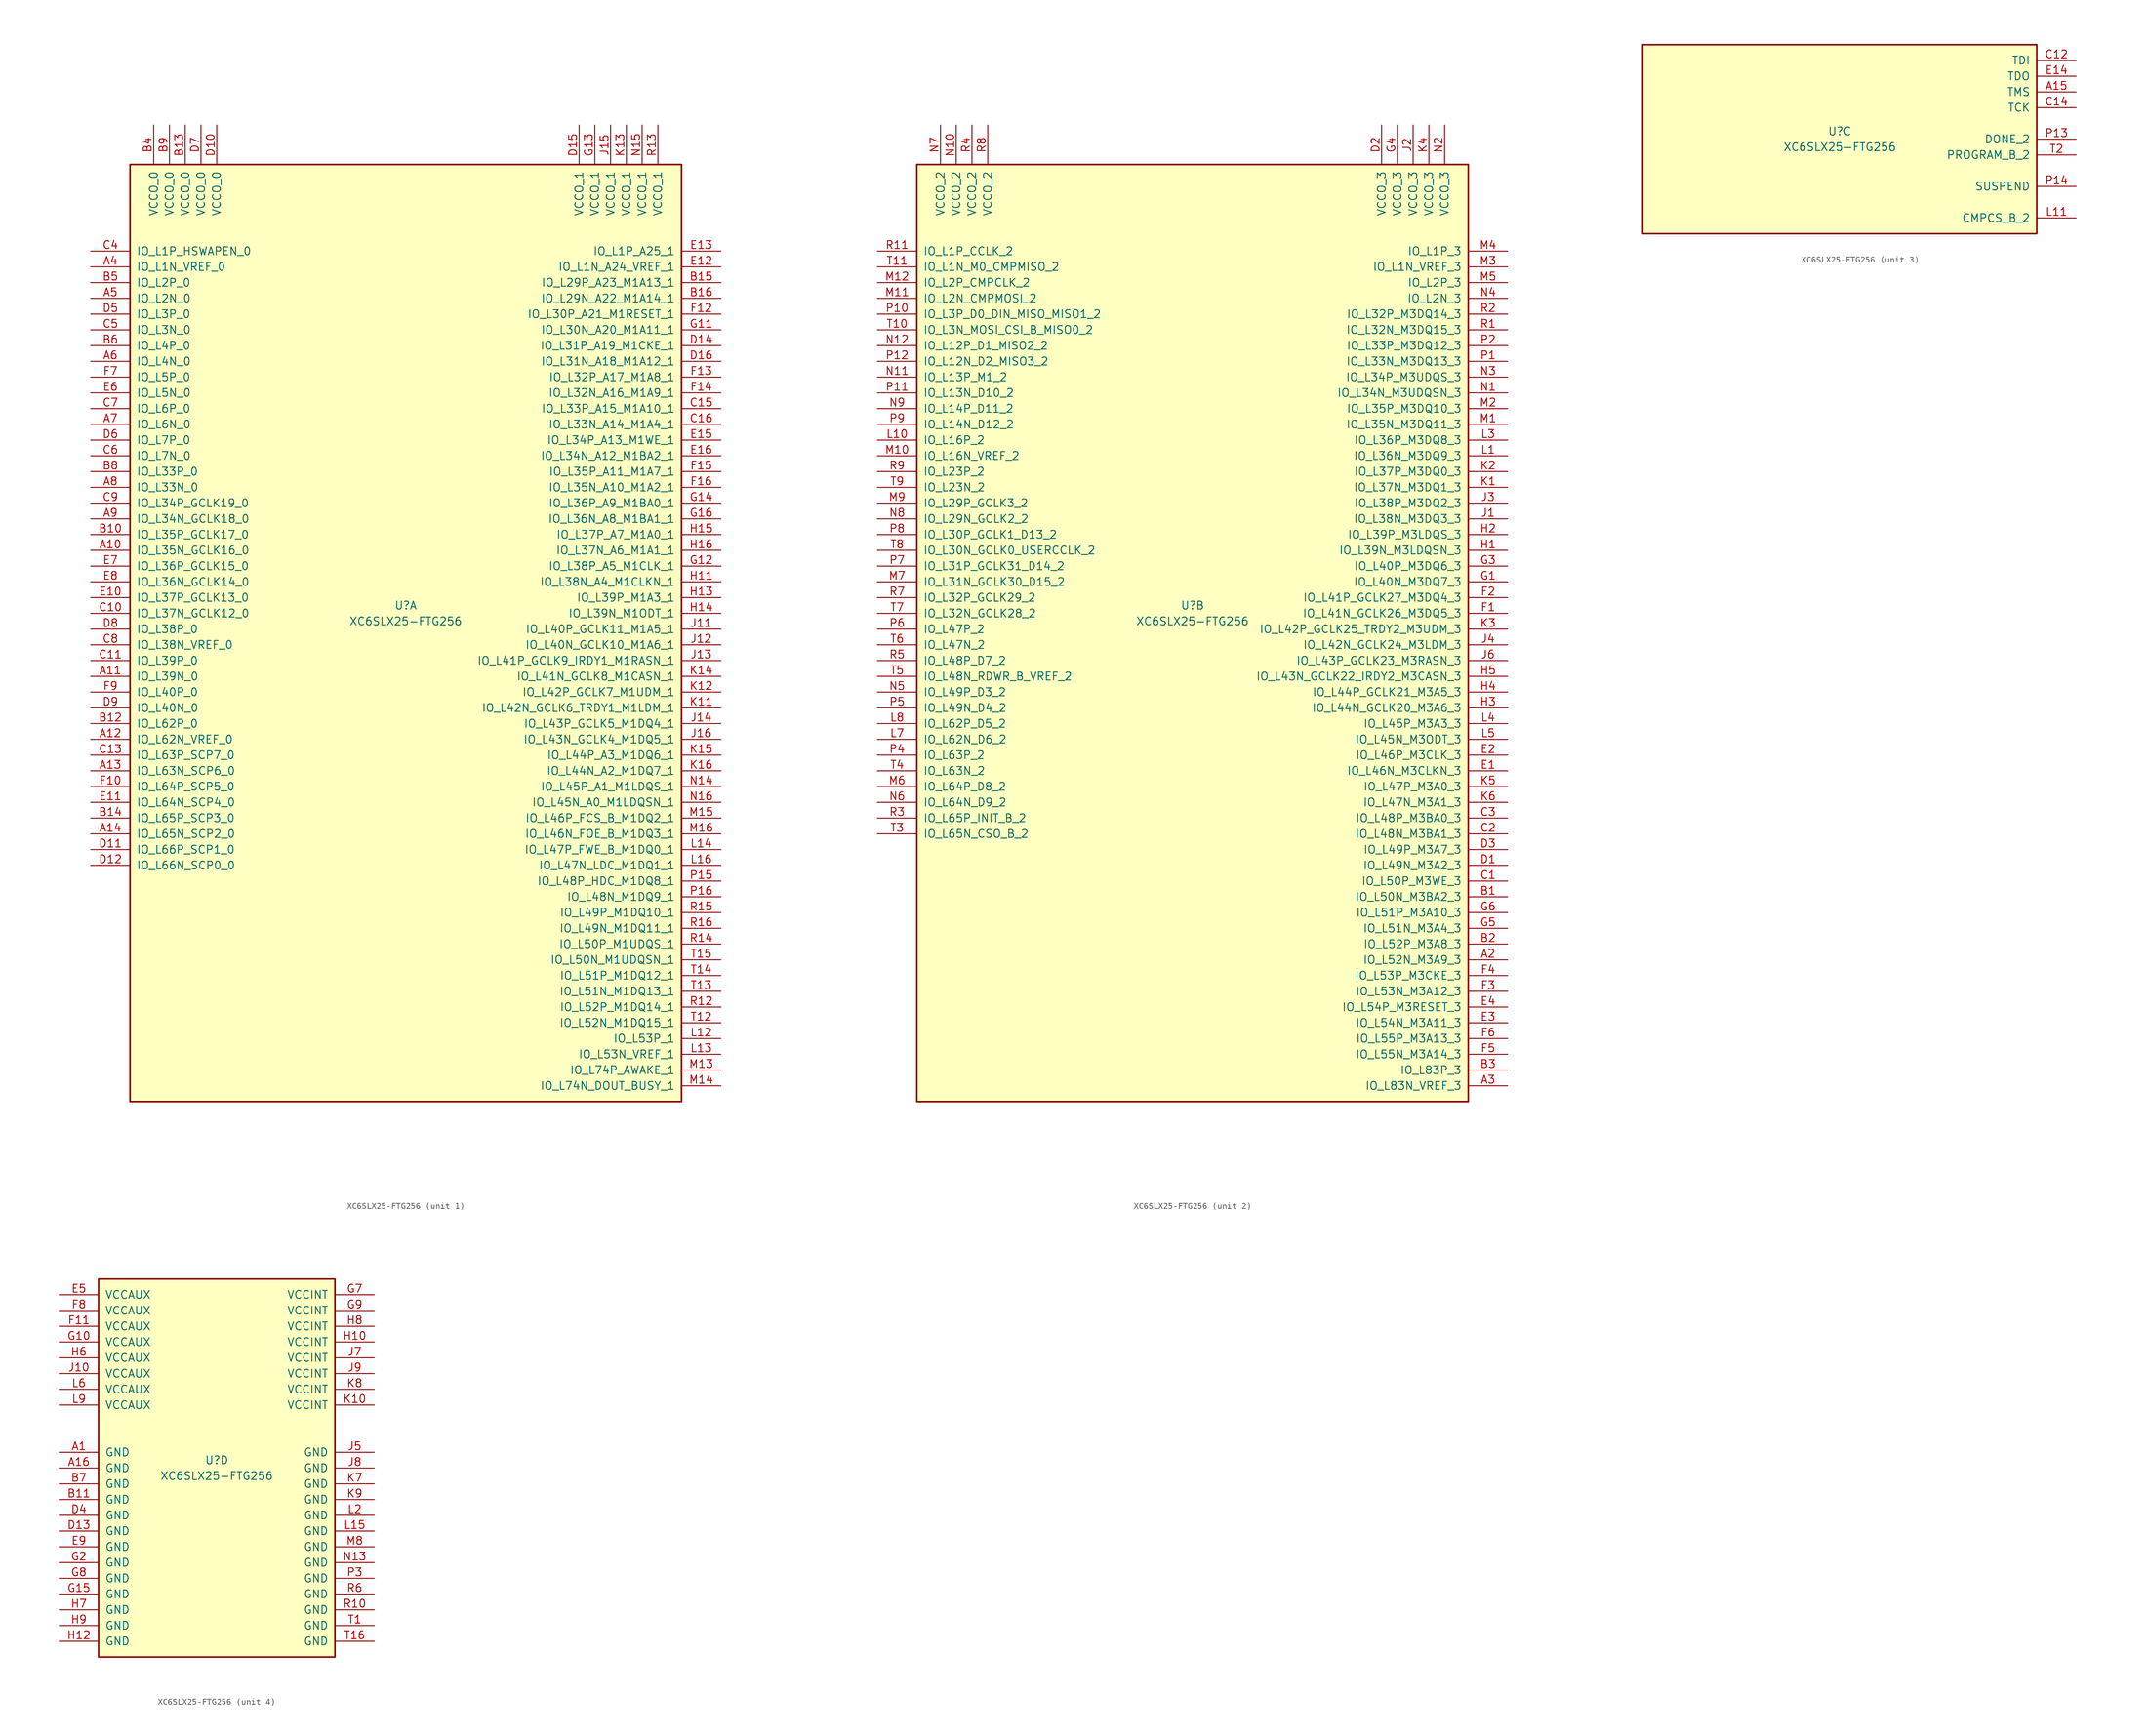
<source format=kicad_sym>
(kicad_symbol_lib
  (version 20201005)
  (generator kicad_symbol_editor)
  (symbol "FPGA_Xilinx_Spartan6:XC6SLX25-FTG256"
    (pin_names
      (offset 1.016))
    (property "Reference" "U"
      (at 0 1.27 0)
      (effects (font (size 1.27 1.27))))
    (property "Value" "XC6SLX25-FTG256"
      (at 0 -1.27 0)
      (effects (font (size 1.27 1.27))))
    (property "Datasheet" ""
      (at 0 0 0)
      (effects (font (size 1.27 1.27))))
    (property "ki_locked" ""
      (at 0 0 0)
      (effects (font (size 1.27 1.27))))
    (symbol "XC6SLX25-FTG256_1_1"
      (rectangle (start -44.45 72.39) (end 44.45 -78.74) (stroke (width 0.254)) (fill (type background)))
      (pin power_in line (at -40.64 78.74 270) (length 6.35) (name "VCCO_0" (effects (font (size 1.27 1.27)))) (number "B4" (effects (font (size 1.27 1.27)))))
      (pin power_in line (at -38.1 78.74 270) (length 6.35) (name "VCCO_0" (effects (font (size 1.27 1.27)))) (number "B9" (effects (font (size 1.27 1.27)))))
      (pin power_in line (at -35.56 78.74 270) (length 6.35) (name "VCCO_0" (effects (font (size 1.27 1.27)))) (number "B13" (effects (font (size 1.27 1.27)))))
      (pin power_in line (at -33.02 78.74 270) (length 6.35) (name "VCCO_0" (effects (font (size 1.27 1.27)))) (number "D7" (effects (font (size 1.27 1.27)))))
      (pin power_in line (at -30.48 78.74 270) (length 6.35) (name "VCCO_0" (effects (font (size 1.27 1.27)))) (number "D10" (effects (font (size 1.27 1.27)))))
      (pin bidirectional line (at -50.8 58.42 0) (length 6.35) (name "IO_L1P_HSWAPEN_0" (effects (font (size 1.27 1.27)))) (number "C4" (effects (font (size 1.27 1.27)))))
      (pin bidirectional line (at -50.8 55.88 0) (length 6.35) (name "IO_L1N_VREF_0" (effects (font (size 1.27 1.27)))) (number "A4" (effects (font (size 1.27 1.27)))))
      (pin bidirectional line (at -50.8 53.34 0) (length 6.35) (name "IO_L2P_0" (effects (font (size 1.27 1.27)))) (number "B5" (effects (font (size 1.27 1.27)))))
      (pin bidirectional line (at -50.8 50.8 0) (length 6.35) (name "IO_L2N_0" (effects (font (size 1.27 1.27)))) (number "A5" (effects (font (size 1.27 1.27)))))
      (pin bidirectional line (at -50.8 48.26 0) (length 6.35) (name "IO_L3P_0" (effects (font (size 1.27 1.27)))) (number "D5" (effects (font (size 1.27 1.27)))))
      (pin bidirectional line (at -50.8 45.72 0) (length 6.35) (name "IO_L3N_0" (effects (font (size 1.27 1.27)))) (number "C5" (effects (font (size 1.27 1.27)))))
      (pin bidirectional line (at -50.8 43.18 0) (length 6.35) (name "IO_L4P_0" (effects (font (size 1.27 1.27)))) (number "B6" (effects (font (size 1.27 1.27)))))
      (pin bidirectional line (at -50.8 40.64 0) (length 6.35) (name "IO_L4N_0" (effects (font (size 1.27 1.27)))) (number "A6" (effects (font (size 1.27 1.27)))))
      (pin bidirectional line (at -50.8 38.1 0) (length 6.35) (name "IO_L5P_0" (effects (font (size 1.27 1.27)))) (number "F7" (effects (font (size 1.27 1.27)))))
      (pin bidirectional line (at -50.8 35.56 0) (length 6.35) (name "IO_L5N_0" (effects (font (size 1.27 1.27)))) (number "E6" (effects (font (size 1.27 1.27)))))
      (pin bidirectional line (at -50.8 33.02 0) (length 6.35) (name "IO_L6P_0" (effects (font (size 1.27 1.27)))) (number "C7" (effects (font (size 1.27 1.27)))))
      (pin bidirectional line (at -50.8 30.48 0) (length 6.35) (name "IO_L6N_0" (effects (font (size 1.27 1.27)))) (number "A7" (effects (font (size 1.27 1.27)))))
      (pin bidirectional line (at -50.8 27.94 0) (length 6.35) (name "IO_L7P_0" (effects (font (size 1.27 1.27)))) (number "D6" (effects (font (size 1.27 1.27)))))
      (pin bidirectional line (at -50.8 25.4 0) (length 6.35) (name "IO_L7N_0" (effects (font (size 1.27 1.27)))) (number "C6" (effects (font (size 1.27 1.27)))))
      (pin bidirectional line (at -50.8 22.86 0) (length 6.35) (name "IO_L33P_0" (effects (font (size 1.27 1.27)))) (number "B8" (effects (font (size 1.27 1.27)))))
      (pin bidirectional line (at -50.8 20.32 0) (length 6.35) (name "IO_L33N_0" (effects (font (size 1.27 1.27)))) (number "A8" (effects (font (size 1.27 1.27)))))
      (pin bidirectional line (at -50.8 17.78 0) (length 6.35) (name "IO_L34P_GCLK19_0" (effects (font (size 1.27 1.27)))) (number "C9" (effects (font (size 1.27 1.27)))))
      (pin bidirectional line (at -50.8 15.24 0) (length 6.35) (name "IO_L34N_GCLK18_0" (effects (font (size 1.27 1.27)))) (number "A9" (effects (font (size 1.27 1.27)))))
      (pin bidirectional line (at -50.8 12.7 0) (length 6.35) (name "IO_L35P_GCLK17_0" (effects (font (size 1.27 1.27)))) (number "B10" (effects (font (size 1.27 1.27)))))
      (pin bidirectional line (at -50.8 10.16 0) (length 6.35) (name "IO_L35N_GCLK16_0" (effects (font (size 1.27 1.27)))) (number "A10" (effects (font (size 1.27 1.27)))))
      (pin bidirectional line (at -50.8 7.62 0) (length 6.35) (name "IO_L36P_GCLK15_0" (effects (font (size 1.27 1.27)))) (number "E7" (effects (font (size 1.27 1.27)))))
      (pin bidirectional line (at -50.8 5.08 0) (length 6.35) (name "IO_L36N_GCLK14_0" (effects (font (size 1.27 1.27)))) (number "E8" (effects (font (size 1.27 1.27)))))
      (pin bidirectional line (at -50.8 2.54 0) (length 6.35) (name "IO_L37P_GCLK13_0" (effects (font (size 1.27 1.27)))) (number "E10" (effects (font (size 1.27 1.27)))))
      (pin bidirectional line (at -50.8 0 0) (length 6.35) (name "IO_L37N_GCLK12_0" (effects (font (size 1.27 1.27)))) (number "C10" (effects (font (size 1.27 1.27)))))
      (pin bidirectional line (at -50.8 -2.54 0) (length 6.35) (name "IO_L38P_0" (effects (font (size 1.27 1.27)))) (number "D8" (effects (font (size 1.27 1.27)))))
      (pin bidirectional line (at -50.8 -5.08 0) (length 6.35) (name "IO_L38N_VREF_0" (effects (font (size 1.27 1.27)))) (number "C8" (effects (font (size 1.27 1.27)))))
      (pin bidirectional line (at -50.8 -7.62 0) (length 6.35) (name "IO_L39P_0" (effects (font (size 1.27 1.27)))) (number "C11" (effects (font (size 1.27 1.27)))))
      (pin bidirectional line (at -50.8 -10.16 0) (length 6.35) (name "IO_L39N_0" (effects (font (size 1.27 1.27)))) (number "A11" (effects (font (size 1.27 1.27)))))
      (pin bidirectional line (at -50.8 -12.7 0) (length 6.35) (name "IO_L40P_0" (effects (font (size 1.27 1.27)))) (number "F9" (effects (font (size 1.27 1.27)))))
      (pin bidirectional line (at -50.8 -15.24 0) (length 6.35) (name "IO_L40N_0" (effects (font (size 1.27 1.27)))) (number "D9" (effects (font (size 1.27 1.27)))))
      (pin bidirectional line (at -50.8 -17.78 0) (length 6.35) (name "IO_L62P_0" (effects (font (size 1.27 1.27)))) (number "B12" (effects (font (size 1.27 1.27)))))
      (pin bidirectional line (at -50.8 -20.32 0) (length 6.35) (name "IO_L62N_VREF_0" (effects (font (size 1.27 1.27)))) (number "A12" (effects (font (size 1.27 1.27)))))
      (pin bidirectional line (at -50.8 -22.86 0) (length 6.35) (name "IO_L63P_SCP7_0" (effects (font (size 1.27 1.27)))) (number "C13" (effects (font (size 1.27 1.27)))))
      (pin bidirectional line (at -50.8 -25.4 0) (length 6.35) (name "IO_L63N_SCP6_0" (effects (font (size 1.27 1.27)))) (number "A13" (effects (font (size 1.27 1.27)))))
      (pin bidirectional line (at -50.8 -27.94 0) (length 6.35) (name "IO_L64P_SCP5_0" (effects (font (size 1.27 1.27)))) (number "F10" (effects (font (size 1.27 1.27)))))
      (pin bidirectional line (at -50.8 -30.48 0) (length 6.35) (name "IO_L64N_SCP4_0" (effects (font (size 1.27 1.27)))) (number "E11" (effects (font (size 1.27 1.27)))))
      (pin bidirectional line (at -50.8 -33.02 0) (length 6.35) (name "IO_L65P_SCP3_0" (effects (font (size 1.27 1.27)))) (number "B14" (effects (font (size 1.27 1.27)))))
      (pin bidirectional line (at -50.8 -35.56 0) (length 6.35) (name "IO_L65N_SCP2_0" (effects (font (size 1.27 1.27)))) (number "A14" (effects (font (size 1.27 1.27)))))
      (pin bidirectional line (at -50.8 -38.1 0) (length 6.35) (name "IO_L66P_SCP1_0" (effects (font (size 1.27 1.27)))) (number "D11" (effects (font (size 1.27 1.27)))))
      (pin bidirectional line (at -50.8 -40.64 0) (length 6.35) (name "IO_L66N_SCP0_0" (effects (font (size 1.27 1.27)))) (number "D12" (effects (font (size 1.27 1.27)))))
      (pin power_in line (at 27.94 78.74 270) (length 6.35) (name "VCCO_1" (effects (font (size 1.27 1.27)))) (number "D15" (effects (font (size 1.27 1.27)))))
      (pin power_in line (at 30.48 78.74 270) (length 6.35) (name "VCCO_1" (effects (font (size 1.27 1.27)))) (number "G13" (effects (font (size 1.27 1.27)))))
      (pin power_in line (at 33.02 78.74 270) (length 6.35) (name "VCCO_1" (effects (font (size 1.27 1.27)))) (number "J15" (effects (font (size 1.27 1.27)))))
      (pin power_in line (at 35.56 78.74 270) (length 6.35) (name "VCCO_1" (effects (font (size 1.27 1.27)))) (number "K13" (effects (font (size 1.27 1.27)))))
      (pin power_in line (at 38.1 78.74 270) (length 6.35) (name "VCCO_1" (effects (font (size 1.27 1.27)))) (number "N15" (effects (font (size 1.27 1.27)))))
      (pin power_in line (at 40.64 78.74 270) (length 6.35) (name "VCCO_1" (effects (font (size 1.27 1.27)))) (number "R13" (effects (font (size 1.27 1.27)))))
      (pin bidirectional line (at 50.8 58.42 180) (length 6.35) (name "IO_L1P_A25_1" (effects (font (size 1.27 1.27)))) (number "E13" (effects (font (size 1.27 1.27)))))
      (pin bidirectional line (at 50.8 55.88 180) (length 6.35) (name "IO_L1N_A24_VREF_1" (effects (font (size 1.27 1.27)))) (number "E12" (effects (font (size 1.27 1.27)))))
      (pin bidirectional line (at 50.8 53.34 180) (length 6.35) (name "IO_L29P_A23_M1A13_1" (effects (font (size 1.27 1.27)))) (number "B15" (effects (font (size 1.27 1.27)))))
      (pin bidirectional line (at 50.8 50.8 180) (length 6.35) (name "IO_L29N_A22_M1A14_1" (effects (font (size 1.27 1.27)))) (number "B16" (effects (font (size 1.27 1.27)))))
      (pin bidirectional line (at 50.8 48.26 180) (length 6.35) (name "IO_L30P_A21_M1RESET_1" (effects (font (size 1.27 1.27)))) (number "F12" (effects (font (size 1.27 1.27)))))
      (pin bidirectional line (at 50.8 45.72 180) (length 6.35) (name "IO_L30N_A20_M1A11_1" (effects (font (size 1.27 1.27)))) (number "G11" (effects (font (size 1.27 1.27)))))
      (pin bidirectional line (at 50.8 43.18 180) (length 6.35) (name "IO_L31P_A19_M1CKE_1" (effects (font (size 1.27 1.27)))) (number "D14" (effects (font (size 1.27 1.27)))))
      (pin bidirectional line (at 50.8 40.64 180) (length 6.35) (name "IO_L31N_A18_M1A12_1" (effects (font (size 1.27 1.27)))) (number "D16" (effects (font (size 1.27 1.27)))))
      (pin bidirectional line (at 50.8 38.1 180) (length 6.35) (name "IO_L32P_A17_M1A8_1" (effects (font (size 1.27 1.27)))) (number "F13" (effects (font (size 1.27 1.27)))))
      (pin bidirectional line (at 50.8 35.56 180) (length 6.35) (name "IO_L32N_A16_M1A9_1" (effects (font (size 1.27 1.27)))) (number "F14" (effects (font (size 1.27 1.27)))))
      (pin bidirectional line (at 50.8 33.02 180) (length 6.35) (name "IO_L33P_A15_M1A10_1" (effects (font (size 1.27 1.27)))) (number "C15" (effects (font (size 1.27 1.27)))))
      (pin bidirectional line (at 50.8 30.48 180) (length 6.35) (name "IO_L33N_A14_M1A4_1" (effects (font (size 1.27 1.27)))) (number "C16" (effects (font (size 1.27 1.27)))))
      (pin bidirectional line (at 50.8 27.94 180) (length 6.35) (name "IO_L34P_A13_M1WE_1" (effects (font (size 1.27 1.27)))) (number "E15" (effects (font (size 1.27 1.27)))))
      (pin bidirectional line (at 50.8 25.4 180) (length 6.35) (name "IO_L34N_A12_M1BA2_1" (effects (font (size 1.27 1.27)))) (number "E16" (effects (font (size 1.27 1.27)))))
      (pin bidirectional line (at 50.8 22.86 180) (length 6.35) (name "IO_L35P_A11_M1A7_1" (effects (font (size 1.27 1.27)))) (number "F15" (effects (font (size 1.27 1.27)))))
      (pin bidirectional line (at 50.8 20.32 180) (length 6.35) (name "IO_L35N_A10_M1A2_1" (effects (font (size 1.27 1.27)))) (number "F16" (effects (font (size 1.27 1.27)))))
      (pin bidirectional line (at 50.8 17.78 180) (length 6.35) (name "IO_L36P_A9_M1BA0_1" (effects (font (size 1.27 1.27)))) (number "G14" (effects (font (size 1.27 1.27)))))
      (pin bidirectional line (at 50.8 15.24 180) (length 6.35) (name "IO_L36N_A8_M1BA1_1" (effects (font (size 1.27 1.27)))) (number "G16" (effects (font (size 1.27 1.27)))))
      (pin bidirectional line (at 50.8 12.7 180) (length 6.35) (name "IO_L37P_A7_M1A0_1" (effects (font (size 1.27 1.27)))) (number "H15" (effects (font (size 1.27 1.27)))))
      (pin bidirectional line (at 50.8 10.16 180) (length 6.35) (name "IO_L37N_A6_M1A1_1" (effects (font (size 1.27 1.27)))) (number "H16" (effects (font (size 1.27 1.27)))))
      (pin bidirectional line (at 50.8 7.62 180) (length 6.35) (name "IO_L38P_A5_M1CLK_1" (effects (font (size 1.27 1.27)))) (number "G12" (effects (font (size 1.27 1.27)))))
      (pin bidirectional line (at 50.8 5.08 180) (length 6.35) (name "IO_L38N_A4_M1CLKN_1" (effects (font (size 1.27 1.27)))) (number "H11" (effects (font (size 1.27 1.27)))))
      (pin bidirectional line (at 50.8 2.54 180) (length 6.35) (name "IO_L39P_M1A3_1" (effects (font (size 1.27 1.27)))) (number "H13" (effects (font (size 1.27 1.27)))))
      (pin bidirectional line (at 50.8 0 180) (length 6.35) (name "IO_L39N_M1ODT_1" (effects (font (size 1.27 1.27)))) (number "H14" (effects (font (size 1.27 1.27)))))
      (pin bidirectional line (at 50.8 -2.54 180) (length 6.35) (name "IO_L40P_GCLK11_M1A5_1" (effects (font (size 1.27 1.27)))) (number "J11" (effects (font (size 1.27 1.27)))))
      (pin bidirectional line (at 50.8 -5.08 180) (length 6.35) (name "IO_L40N_GCLK10_M1A6_1" (effects (font (size 1.27 1.27)))) (number "J12" (effects (font (size 1.27 1.27)))))
      (pin bidirectional line (at 50.8 -7.62 180) (length 6.35) (name "IO_L41P_GCLK9_IRDY1_M1RASN_1" (effects (font (size 1.27 1.27)))) (number "J13" (effects (font (size 1.27 1.27)))))
      (pin bidirectional line (at 50.8 -10.16 180) (length 6.35) (name "IO_L41N_GCLK8_M1CASN_1" (effects (font (size 1.27 1.27)))) (number "K14" (effects (font (size 1.27 1.27)))))
      (pin bidirectional line (at 50.8 -12.7 180) (length 6.35) (name "IO_L42P_GCLK7_M1UDM_1" (effects (font (size 1.27 1.27)))) (number "K12" (effects (font (size 1.27 1.27)))))
      (pin bidirectional line (at 50.8 -15.24 180) (length 6.35) (name "IO_L42N_GCLK6_TRDY1_M1LDM_1" (effects (font (size 1.27 1.27)))) (number "K11" (effects (font (size 1.27 1.27)))))
      (pin bidirectional line (at 50.8 -17.78 180) (length 6.35) (name "IO_L43P_GCLK5_M1DQ4_1" (effects (font (size 1.27 1.27)))) (number "J14" (effects (font (size 1.27 1.27)))))
      (pin bidirectional line (at 50.8 -20.32 180) (length 6.35) (name "IO_L43N_GCLK4_M1DQ5_1" (effects (font (size 1.27 1.27)))) (number "J16" (effects (font (size 1.27 1.27)))))
      (pin bidirectional line (at 50.8 -22.86 180) (length 6.35) (name "IO_L44P_A3_M1DQ6_1" (effects (font (size 1.27 1.27)))) (number "K15" (effects (font (size 1.27 1.27)))))
      (pin bidirectional line (at 50.8 -25.4 180) (length 6.35) (name "IO_L44N_A2_M1DQ7_1" (effects (font (size 1.27 1.27)))) (number "K16" (effects (font (size 1.27 1.27)))))
      (pin bidirectional line (at 50.8 -27.94 180) (length 6.35) (name "IO_L45P_A1_M1LDQS_1" (effects (font (size 1.27 1.27)))) (number "N14" (effects (font (size 1.27 1.27)))))
      (pin bidirectional line (at 50.8 -30.48 180) (length 6.35) (name "IO_L45N_A0_M1LDQSN_1" (effects (font (size 1.27 1.27)))) (number "N16" (effects (font (size 1.27 1.27)))))
      (pin bidirectional line (at 50.8 -33.02 180) (length 6.35) (name "IO_L46P_FCS_B_M1DQ2_1" (effects (font (size 1.27 1.27)))) (number "M15" (effects (font (size 1.27 1.27)))))
      (pin bidirectional line (at 50.8 -35.56 180) (length 6.35) (name "IO_L46N_FOE_B_M1DQ3_1" (effects (font (size 1.27 1.27)))) (number "M16" (effects (font (size 1.27 1.27)))))
      (pin bidirectional line (at 50.8 -38.1 180) (length 6.35) (name "IO_L47P_FWE_B_M1DQ0_1" (effects (font (size 1.27 1.27)))) (number "L14" (effects (font (size 1.27 1.27)))))
      (pin bidirectional line (at 50.8 -40.64 180) (length 6.35) (name "IO_L47N_LDC_M1DQ1_1" (effects (font (size 1.27 1.27)))) (number "L16" (effects (font (size 1.27 1.27)))))
      (pin bidirectional line (at 50.8 -43.18 180) (length 6.35) (name "IO_L48P_HDC_M1DQ8_1" (effects (font (size 1.27 1.27)))) (number "P15" (effects (font (size 1.27 1.27)))))
      (pin bidirectional line (at 50.8 -45.72 180) (length 6.35) (name "IO_L48N_M1DQ9_1" (effects (font (size 1.27 1.27)))) (number "P16" (effects (font (size 1.27 1.27)))))
      (pin bidirectional line (at 50.8 -48.26 180) (length 6.35) (name "IO_L49P_M1DQ10_1" (effects (font (size 1.27 1.27)))) (number "R15" (effects (font (size 1.27 1.27)))))
      (pin bidirectional line (at 50.8 -50.8 180) (length 6.35) (name "IO_L49N_M1DQ11_1" (effects (font (size 1.27 1.27)))) (number "R16" (effects (font (size 1.27 1.27)))))
      (pin bidirectional line (at 50.8 -53.34 180) (length 6.35) (name "IO_L50P_M1UDQS_1" (effects (font (size 1.27 1.27)))) (number "R14" (effects (font (size 1.27 1.27)))))
      (pin bidirectional line (at 50.8 -55.88 180) (length 6.35) (name "IO_L50N_M1UDQSN_1" (effects (font (size 1.27 1.27)))) (number "T15" (effects (font (size 1.27 1.27)))))
      (pin bidirectional line (at 50.8 -58.42 180) (length 6.35) (name "IO_L51P_M1DQ12_1" (effects (font (size 1.27 1.27)))) (number "T14" (effects (font (size 1.27 1.27)))))
      (pin bidirectional line (at 50.8 -60.96 180) (length 6.35) (name "IO_L51N_M1DQ13_1" (effects (font (size 1.27 1.27)))) (number "T13" (effects (font (size 1.27 1.27)))))
      (pin bidirectional line (at 50.8 -63.5 180) (length 6.35) (name "IO_L52P_M1DQ14_1" (effects (font (size 1.27 1.27)))) (number "R12" (effects (font (size 1.27 1.27)))))
      (pin bidirectional line (at 50.8 -66.04 180) (length 6.35) (name "IO_L52N_M1DQ15_1" (effects (font (size 1.27 1.27)))) (number "T12" (effects (font (size 1.27 1.27)))))
      (pin bidirectional line (at 50.8 -68.58 180) (length 6.35) (name "IO_L53P_1" (effects (font (size 1.27 1.27)))) (number "L12" (effects (font (size 1.27 1.27)))))
      (pin bidirectional line (at 50.8 -71.12 180) (length 6.35) (name "IO_L53N_VREF_1" (effects (font (size 1.27 1.27)))) (number "L13" (effects (font (size 1.27 1.27)))))
      (pin bidirectional line (at 50.8 -73.66 180) (length 6.35) (name "IO_L74P_AWAKE_1" (effects (font (size 1.27 1.27)))) (number "M13" (effects (font (size 1.27 1.27)))))
      (pin bidirectional line (at 50.8 -76.2 180) (length 6.35) (name "IO_L74N_DOUT_BUSY_1" (effects (font (size 1.27 1.27)))) (number "M14" (effects (font (size 1.27 1.27))))))
    (symbol "XC6SLX25-FTG256_2_1"
      (rectangle (start -44.45 72.39) (end 44.45 -78.74) (stroke (width 0.254)) (fill (type background)))
      (pin power_in line (at -40.64 78.74 270) (length 6.35) (name "VCCO_2" (effects (font (size 1.27 1.27)))) (number "N7" (effects (font (size 1.27 1.27)))))
      (pin power_in line (at -38.1 78.74 270) (length 6.35) (name "VCCO_2" (effects (font (size 1.27 1.27)))) (number "N10" (effects (font (size 1.27 1.27)))))
      (pin power_in line (at -35.56 78.74 270) (length 6.35) (name "VCCO_2" (effects (font (size 1.27 1.27)))) (number "R4" (effects (font (size 1.27 1.27)))))
      (pin power_in line (at -33.02 78.74 270) (length 6.35) (name "VCCO_2" (effects (font (size 1.27 1.27)))) (number "R8" (effects (font (size 1.27 1.27)))))
      (pin bidirectional line (at -50.8 58.42 0) (length 6.35) (name "IO_L1P_CCLK_2" (effects (font (size 1.27 1.27)))) (number "R11" (effects (font (size 1.27 1.27)))))
      (pin bidirectional line (at -50.8 55.88 0) (length 6.35) (name "IO_L1N_M0_CMPMISO_2" (effects (font (size 1.27 1.27)))) (number "T11" (effects (font (size 1.27 1.27)))))
      (pin bidirectional line (at -50.8 53.34 0) (length 6.35) (name "IO_L2P_CMPCLK_2" (effects (font (size 1.27 1.27)))) (number "M12" (effects (font (size 1.27 1.27)))))
      (pin bidirectional line (at -50.8 50.8 0) (length 6.35) (name "IO_L2N_CMPMOSI_2" (effects (font (size 1.27 1.27)))) (number "M11" (effects (font (size 1.27 1.27)))))
      (pin bidirectional line (at -50.8 48.26 0) (length 6.35) (name "IO_L3P_D0_DIN_MISO_MISO1_2" (effects (font (size 1.27 1.27)))) (number "P10" (effects (font (size 1.27 1.27)))))
      (pin bidirectional line (at -50.8 45.72 0) (length 6.35) (name "IO_L3N_MOSI_CSI_B_MISO0_2" (effects (font (size 1.27 1.27)))) (number "T10" (effects (font (size 1.27 1.27)))))
      (pin bidirectional line (at -50.8 43.18 0) (length 6.35) (name "IO_L12P_D1_MISO2_2" (effects (font (size 1.27 1.27)))) (number "N12" (effects (font (size 1.27 1.27)))))
      (pin bidirectional line (at -50.8 40.64 0) (length 6.35) (name "IO_L12N_D2_MISO3_2" (effects (font (size 1.27 1.27)))) (number "P12" (effects (font (size 1.27 1.27)))))
      (pin bidirectional line (at -50.8 38.1 0) (length 6.35) (name "IO_L13P_M1_2" (effects (font (size 1.27 1.27)))) (number "N11" (effects (font (size 1.27 1.27)))))
      (pin bidirectional line (at -50.8 35.56 0) (length 6.35) (name "IO_L13N_D10_2" (effects (font (size 1.27 1.27)))) (number "P11" (effects (font (size 1.27 1.27)))))
      (pin bidirectional line (at -50.8 33.02 0) (length 6.35) (name "IO_L14P_D11_2" (effects (font (size 1.27 1.27)))) (number "N9" (effects (font (size 1.27 1.27)))))
      (pin bidirectional line (at -50.8 30.48 0) (length 6.35) (name "IO_L14N_D12_2" (effects (font (size 1.27 1.27)))) (number "P9" (effects (font (size 1.27 1.27)))))
      (pin bidirectional line (at -50.8 27.94 0) (length 6.35) (name "IO_L16P_2" (effects (font (size 1.27 1.27)))) (number "L10" (effects (font (size 1.27 1.27)))))
      (pin bidirectional line (at -50.8 25.4 0) (length 6.35) (name "IO_L16N_VREF_2" (effects (font (size 1.27 1.27)))) (number "M10" (effects (font (size 1.27 1.27)))))
      (pin bidirectional line (at -50.8 22.86 0) (length 6.35) (name "IO_L23P_2" (effects (font (size 1.27 1.27)))) (number "R9" (effects (font (size 1.27 1.27)))))
      (pin bidirectional line (at -50.8 20.32 0) (length 6.35) (name "IO_L23N_2" (effects (font (size 1.27 1.27)))) (number "T9" (effects (font (size 1.27 1.27)))))
      (pin bidirectional line (at -50.8 17.78 0) (length 6.35) (name "IO_L29P_GCLK3_2" (effects (font (size 1.27 1.27)))) (number "M9" (effects (font (size 1.27 1.27)))))
      (pin bidirectional line (at -50.8 15.24 0) (length 6.35) (name "IO_L29N_GCLK2_2" (effects (font (size 1.27 1.27)))) (number "N8" (effects (font (size 1.27 1.27)))))
      (pin bidirectional line (at -50.8 12.7 0) (length 6.35) (name "IO_L30P_GCLK1_D13_2" (effects (font (size 1.27 1.27)))) (number "P8" (effects (font (size 1.27 1.27)))))
      (pin bidirectional line (at -50.8 10.16 0) (length 6.35) (name "IO_L30N_GCLK0_USERCCLK_2" (effects (font (size 1.27 1.27)))) (number "T8" (effects (font (size 1.27 1.27)))))
      (pin bidirectional line (at -50.8 7.62 0) (length 6.35) (name "IO_L31P_GCLK31_D14_2" (effects (font (size 1.27 1.27)))) (number "P7" (effects (font (size 1.27 1.27)))))
      (pin bidirectional line (at -50.8 5.08 0) (length 6.35) (name "IO_L31N_GCLK30_D15_2" (effects (font (size 1.27 1.27)))) (number "M7" (effects (font (size 1.27 1.27)))))
      (pin bidirectional line (at -50.8 2.54 0) (length 6.35) (name "IO_L32P_GCLK29_2" (effects (font (size 1.27 1.27)))) (number "R7" (effects (font (size 1.27 1.27)))))
      (pin bidirectional line (at -50.8 0 0) (length 6.35) (name "IO_L32N_GCLK28_2" (effects (font (size 1.27 1.27)))) (number "T7" (effects (font (size 1.27 1.27)))))
      (pin bidirectional line (at -50.8 -2.54 0) (length 6.35) (name "IO_L47P_2" (effects (font (size 1.27 1.27)))) (number "P6" (effects (font (size 1.27 1.27)))))
      (pin bidirectional line (at -50.8 -5.08 0) (length 6.35) (name "IO_L47N_2" (effects (font (size 1.27 1.27)))) (number "T6" (effects (font (size 1.27 1.27)))))
      (pin bidirectional line (at -50.8 -7.62 0) (length 6.35) (name "IO_L48P_D7_2" (effects (font (size 1.27 1.27)))) (number "R5" (effects (font (size 1.27 1.27)))))
      (pin bidirectional line (at -50.8 -10.16 0) (length 6.35) (name "IO_L48N_RDWR_B_VREF_2" (effects (font (size 1.27 1.27)))) (number "T5" (effects (font (size 1.27 1.27)))))
      (pin bidirectional line (at -50.8 -12.7 0) (length 6.35) (name "IO_L49P_D3_2" (effects (font (size 1.27 1.27)))) (number "N5" (effects (font (size 1.27 1.27)))))
      (pin bidirectional line (at -50.8 -15.24 0) (length 6.35) (name "IO_L49N_D4_2" (effects (font (size 1.27 1.27)))) (number "P5" (effects (font (size 1.27 1.27)))))
      (pin bidirectional line (at -50.8 -17.78 0) (length 6.35) (name "IO_L62P_D5_2" (effects (font (size 1.27 1.27)))) (number "L8" (effects (font (size 1.27 1.27)))))
      (pin bidirectional line (at -50.8 -20.32 0) (length 6.35) (name "IO_L62N_D6_2" (effects (font (size 1.27 1.27)))) (number "L7" (effects (font (size 1.27 1.27)))))
      (pin bidirectional line (at -50.8 -22.86 0) (length 6.35) (name "IO_L63P_2" (effects (font (size 1.27 1.27)))) (number "P4" (effects (font (size 1.27 1.27)))))
      (pin bidirectional line (at -50.8 -25.4 0) (length 6.35) (name "IO_L63N_2" (effects (font (size 1.27 1.27)))) (number "T4" (effects (font (size 1.27 1.27)))))
      (pin bidirectional line (at -50.8 -27.94 0) (length 6.35) (name "IO_L64P_D8_2" (effects (font (size 1.27 1.27)))) (number "M6" (effects (font (size 1.27 1.27)))))
      (pin bidirectional line (at -50.8 -30.48 0) (length 6.35) (name "IO_L64N_D9_2" (effects (font (size 1.27 1.27)))) (number "N6" (effects (font (size 1.27 1.27)))))
      (pin bidirectional line (at -50.8 -33.02 0) (length 6.35) (name "IO_L65P_INIT_B_2" (effects (font (size 1.27 1.27)))) (number "R3" (effects (font (size 1.27 1.27)))))
      (pin bidirectional line (at -50.8 -35.56 0) (length 6.35) (name "IO_L65N_CSO_B_2" (effects (font (size 1.27 1.27)))) (number "T3" (effects (font (size 1.27 1.27)))))
      (pin power_in line (at 30.48 78.74 270) (length 6.35) (name "VCCO_3" (effects (font (size 1.27 1.27)))) (number "D2" (effects (font (size 1.27 1.27)))))
      (pin power_in line (at 33.02 78.74 270) (length 6.35) (name "VCCO_3" (effects (font (size 1.27 1.27)))) (number "G4" (effects (font (size 1.27 1.27)))))
      (pin power_in line (at 35.56 78.74 270) (length 6.35) (name "VCCO_3" (effects (font (size 1.27 1.27)))) (number "J2" (effects (font (size 1.27 1.27)))))
      (pin power_in line (at 38.1 78.74 270) (length 6.35) (name "VCCO_3" (effects (font (size 1.27 1.27)))) (number "K4" (effects (font (size 1.27 1.27)))))
      (pin power_in line (at 40.64 78.74 270) (length 6.35) (name "VCCO_3" (effects (font (size 1.27 1.27)))) (number "N2" (effects (font (size 1.27 1.27)))))
      (pin bidirectional line (at 50.8 58.42 180) (length 6.35) (name "IO_L1P_3" (effects (font (size 1.27 1.27)))) (number "M4" (effects (font (size 1.27 1.27)))))
      (pin bidirectional line (at 50.8 55.88 180) (length 6.35) (name "IO_L1N_VREF_3" (effects (font (size 1.27 1.27)))) (number "M3" (effects (font (size 1.27 1.27)))))
      (pin bidirectional line (at 50.8 53.34 180) (length 6.35) (name "IO_L2P_3" (effects (font (size 1.27 1.27)))) (number "M5" (effects (font (size 1.27 1.27)))))
      (pin bidirectional line (at 50.8 50.8 180) (length 6.35) (name "IO_L2N_3" (effects (font (size 1.27 1.27)))) (number "N4" (effects (font (size 1.27 1.27)))))
      (pin bidirectional line (at 50.8 48.26 180) (length 6.35) (name "IO_L32P_M3DQ14_3" (effects (font (size 1.27 1.27)))) (number "R2" (effects (font (size 1.27 1.27)))))
      (pin bidirectional line (at 50.8 45.72 180) (length 6.35) (name "IO_L32N_M3DQ15_3" (effects (font (size 1.27 1.27)))) (number "R1" (effects (font (size 1.27 1.27)))))
      (pin bidirectional line (at 50.8 43.18 180) (length 6.35) (name "IO_L33P_M3DQ12_3" (effects (font (size 1.27 1.27)))) (number "P2" (effects (font (size 1.27 1.27)))))
      (pin bidirectional line (at 50.8 40.64 180) (length 6.35) (name "IO_L33N_M3DQ13_3" (effects (font (size 1.27 1.27)))) (number "P1" (effects (font (size 1.27 1.27)))))
      (pin bidirectional line (at 50.8 38.1 180) (length 6.35) (name "IO_L34P_M3UDQS_3" (effects (font (size 1.27 1.27)))) (number "N3" (effects (font (size 1.27 1.27)))))
      (pin bidirectional line (at 50.8 35.56 180) (length 6.35) (name "IO_L34N_M3UDQSN_3" (effects (font (size 1.27 1.27)))) (number "N1" (effects (font (size 1.27 1.27)))))
      (pin bidirectional line (at 50.8 33.02 180) (length 6.35) (name "IO_L35P_M3DQ10_3" (effects (font (size 1.27 1.27)))) (number "M2" (effects (font (size 1.27 1.27)))))
      (pin bidirectional line (at 50.8 30.48 180) (length 6.35) (name "IO_L35N_M3DQ11_3" (effects (font (size 1.27 1.27)))) (number "M1" (effects (font (size 1.27 1.27)))))
      (pin bidirectional line (at 50.8 27.94 180) (length 6.35) (name "IO_L36P_M3DQ8_3" (effects (font (size 1.27 1.27)))) (number "L3" (effects (font (size 1.27 1.27)))))
      (pin bidirectional line (at 50.8 25.4 180) (length 6.35) (name "IO_L36N_M3DQ9_3" (effects (font (size 1.27 1.27)))) (number "L1" (effects (font (size 1.27 1.27)))))
      (pin bidirectional line (at 50.8 22.86 180) (length 6.35) (name "IO_L37P_M3DQ0_3" (effects (font (size 1.27 1.27)))) (number "K2" (effects (font (size 1.27 1.27)))))
      (pin bidirectional line (at 50.8 20.32 180) (length 6.35) (name "IO_L37N_M3DQ1_3" (effects (font (size 1.27 1.27)))) (number "K1" (effects (font (size 1.27 1.27)))))
      (pin bidirectional line (at 50.8 17.78 180) (length 6.35) (name "IO_L38P_M3DQ2_3" (effects (font (size 1.27 1.27)))) (number "J3" (effects (font (size 1.27 1.27)))))
      (pin bidirectional line (at 50.8 15.24 180) (length 6.35) (name "IO_L38N_M3DQ3_3" (effects (font (size 1.27 1.27)))) (number "J1" (effects (font (size 1.27 1.27)))))
      (pin bidirectional line (at 50.8 12.7 180) (length 6.35) (name "IO_L39P_M3LDQS_3" (effects (font (size 1.27 1.27)))) (number "H2" (effects (font (size 1.27 1.27)))))
      (pin bidirectional line (at 50.8 10.16 180) (length 6.35) (name "IO_L39N_M3LDQSN_3" (effects (font (size 1.27 1.27)))) (number "H1" (effects (font (size 1.27 1.27)))))
      (pin bidirectional line (at 50.8 7.62 180) (length 6.35) (name "IO_L40P_M3DQ6_3" (effects (font (size 1.27 1.27)))) (number "G3" (effects (font (size 1.27 1.27)))))
      (pin bidirectional line (at 50.8 5.08 180) (length 6.35) (name "IO_L40N_M3DQ7_3" (effects (font (size 1.27 1.27)))) (number "G1" (effects (font (size 1.27 1.27)))))
      (pin bidirectional line (at 50.8 2.54 180) (length 6.35) (name "IO_L41P_GCLK27_M3DQ4_3" (effects (font (size 1.27 1.27)))) (number "F2" (effects (font (size 1.27 1.27)))))
      (pin bidirectional line (at 50.8 0 180) (length 6.35) (name "IO_L41N_GCLK26_M3DQ5_3" (effects (font (size 1.27 1.27)))) (number "F1" (effects (font (size 1.27 1.27)))))
      (pin bidirectional line (at 50.8 -2.54 180) (length 6.35) (name "IO_L42P_GCLK25_TRDY2_M3UDM_3" (effects (font (size 1.27 1.27)))) (number "K3" (effects (font (size 1.27 1.27)))))
      (pin bidirectional line (at 50.8 -5.08 180) (length 6.35) (name "IO_L42N_GCLK24_M3LDM_3" (effects (font (size 1.27 1.27)))) (number "J4" (effects (font (size 1.27 1.27)))))
      (pin bidirectional line (at 50.8 -7.62 180) (length 6.35) (name "IO_L43P_GCLK23_M3RASN_3" (effects (font (size 1.27 1.27)))) (number "J6" (effects (font (size 1.27 1.27)))))
      (pin bidirectional line (at 50.8 -10.16 180) (length 6.35) (name "IO_L43N_GCLK22_IRDY2_M3CASN_3" (effects (font (size 1.27 1.27)))) (number "H5" (effects (font (size 1.27 1.27)))))
      (pin bidirectional line (at 50.8 -12.7 180) (length 6.35) (name "IO_L44P_GCLK21_M3A5_3" (effects (font (size 1.27 1.27)))) (number "H4" (effects (font (size 1.27 1.27)))))
      (pin bidirectional line (at 50.8 -15.24 180) (length 6.35) (name "IO_L44N_GCLK20_M3A6_3" (effects (font (size 1.27 1.27)))) (number "H3" (effects (font (size 1.27 1.27)))))
      (pin bidirectional line (at 50.8 -17.78 180) (length 6.35) (name "IO_L45P_M3A3_3" (effects (font (size 1.27 1.27)))) (number "L4" (effects (font (size 1.27 1.27)))))
      (pin bidirectional line (at 50.8 -20.32 180) (length 6.35) (name "IO_L45N_M3ODT_3" (effects (font (size 1.27 1.27)))) (number "L5" (effects (font (size 1.27 1.27)))))
      (pin bidirectional line (at 50.8 -22.86 180) (length 6.35) (name "IO_L46P_M3CLK_3" (effects (font (size 1.27 1.27)))) (number "E2" (effects (font (size 1.27 1.27)))))
      (pin bidirectional line (at 50.8 -25.4 180) (length 6.35) (name "IO_L46N_M3CLKN_3" (effects (font (size 1.27 1.27)))) (number "E1" (effects (font (size 1.27 1.27)))))
      (pin bidirectional line (at 50.8 -27.94 180) (length 6.35) (name "IO_L47P_M3A0_3" (effects (font (size 1.27 1.27)))) (number "K5" (effects (font (size 1.27 1.27)))))
      (pin bidirectional line (at 50.8 -30.48 180) (length 6.35) (name "IO_L47N_M3A1_3" (effects (font (size 1.27 1.27)))) (number "K6" (effects (font (size 1.27 1.27)))))
      (pin bidirectional line (at 50.8 -33.02 180) (length 6.35) (name "IO_L48P_M3BA0_3" (effects (font (size 1.27 1.27)))) (number "C3" (effects (font (size 1.27 1.27)))))
      (pin bidirectional line (at 50.8 -35.56 180) (length 6.35) (name "IO_L48N_M3BA1_3" (effects (font (size 1.27 1.27)))) (number "C2" (effects (font (size 1.27 1.27)))))
      (pin bidirectional line (at 50.8 -38.1 180) (length 6.35) (name "IO_L49P_M3A7_3" (effects (font (size 1.27 1.27)))) (number "D3" (effects (font (size 1.27 1.27)))))
      (pin bidirectional line (at 50.8 -40.64 180) (length 6.35) (name "IO_L49N_M3A2_3" (effects (font (size 1.27 1.27)))) (number "D1" (effects (font (size 1.27 1.27)))))
      (pin bidirectional line (at 50.8 -43.18 180) (length 6.35) (name "IO_L50P_M3WE_3" (effects (font (size 1.27 1.27)))) (number "C1" (effects (font (size 1.27 1.27)))))
      (pin bidirectional line (at 50.8 -45.72 180) (length 6.35) (name "IO_L50N_M3BA2_3" (effects (font (size 1.27 1.27)))) (number "B1" (effects (font (size 1.27 1.27)))))
      (pin bidirectional line (at 50.8 -48.26 180) (length 6.35) (name "IO_L51P_M3A10_3" (effects (font (size 1.27 1.27)))) (number "G6" (effects (font (size 1.27 1.27)))))
      (pin bidirectional line (at 50.8 -50.8 180) (length 6.35) (name "IO_L51N_M3A4_3" (effects (font (size 1.27 1.27)))) (number "G5" (effects (font (size 1.27 1.27)))))
      (pin bidirectional line (at 50.8 -53.34 180) (length 6.35) (name "IO_L52P_M3A8_3" (effects (font (size 1.27 1.27)))) (number "B2" (effects (font (size 1.27 1.27)))))
      (pin bidirectional line (at 50.8 -55.88 180) (length 6.35) (name "IO_L52N_M3A9_3" (effects (font (size 1.27 1.27)))) (number "A2" (effects (font (size 1.27 1.27)))))
      (pin bidirectional line (at 50.8 -58.42 180) (length 6.35) (name "IO_L53P_M3CKE_3" (effects (font (size 1.27 1.27)))) (number "F4" (effects (font (size 1.27 1.27)))))
      (pin bidirectional line (at 50.8 -60.96 180) (length 6.35) (name "IO_L53N_M3A12_3" (effects (font (size 1.27 1.27)))) (number "F3" (effects (font (size 1.27 1.27)))))
      (pin bidirectional line (at 50.8 -63.5 180) (length 6.35) (name "IO_L54P_M3RESET_3" (effects (font (size 1.27 1.27)))) (number "E4" (effects (font (size 1.27 1.27)))))
      (pin bidirectional line (at 50.8 -66.04 180) (length 6.35) (name "IO_L54N_M3A11_3" (effects (font (size 1.27 1.27)))) (number "E3" (effects (font (size 1.27 1.27)))))
      (pin bidirectional line (at 50.8 -68.58 180) (length 6.35) (name "IO_L55P_M3A13_3" (effects (font (size 1.27 1.27)))) (number "F6" (effects (font (size 1.27 1.27)))))
      (pin bidirectional line (at 50.8 -71.12 180) (length 6.35) (name "IO_L55N_M3A14_3" (effects (font (size 1.27 1.27)))) (number "F5" (effects (font (size 1.27 1.27)))))
      (pin bidirectional line (at 50.8 -73.66 180) (length 6.35) (name "IO_L83P_3" (effects (font (size 1.27 1.27)))) (number "B3" (effects (font (size 1.27 1.27)))))
      (pin bidirectional line (at 50.8 -76.2 180) (length 6.35) (name "IO_L83N_VREF_3" (effects (font (size 1.27 1.27)))) (number "A3" (effects (font (size 1.27 1.27))))))
    (symbol "XC6SLX25-FTG256_3_1"
      (rectangle (start -31.75 15.24) (end 31.75 -15.24) (stroke (width 0.254)) (fill (type background)))
      (pin bidirectional line (at 38.1 12.7 180) (length 6.35) (name "TDI" (effects (font (size 1.27 1.27)))) (number "C12" (effects (font (size 1.27 1.27)))))
      (pin bidirectional line (at 38.1 10.16 180) (length 6.35) (name "TDO" (effects (font (size 1.27 1.27)))) (number "E14" (effects (font (size 1.27 1.27)))))
      (pin bidirectional line (at 38.1 7.62 180) (length 6.35) (name "TMS" (effects (font (size 1.27 1.27)))) (number "A15" (effects (font (size 1.27 1.27)))))
      (pin bidirectional line (at 38.1 5.08 180) (length 6.35) (name "TCK" (effects (font (size 1.27 1.27)))) (number "C14" (effects (font (size 1.27 1.27)))))
      (pin bidirectional line (at 38.1 0 180) (length 6.35) (name "DONE_2" (effects (font (size 1.27 1.27)))) (number "P13" (effects (font (size 1.27 1.27)))))
      (pin bidirectional line (at 38.1 -2.54 180) (length 6.35) (name "PROGRAM_B_2" (effects (font (size 1.27 1.27)))) (number "T2" (effects (font (size 1.27 1.27)))))
      (pin bidirectional line (at 38.1 -7.62 180) (length 6.35) (name "SUSPEND" (effects (font (size 1.27 1.27)))) (number "P14" (effects (font (size 1.27 1.27)))))
      (pin bidirectional line (at 38.1 -12.7 180) (length 6.35) (name "CMPCS_B_2" (effects (font (size 1.27 1.27)))) (number "L11" (effects (font (size 1.27 1.27))))))
    (symbol "XC6SLX25-FTG256_4_1"
      (rectangle (start -19.05 30.48) (end 19.05 -30.48) (stroke (width 0.254)) (fill (type background)))
      (pin power_in line (at -25.4 27.94 0) (length 6.35) (name "VCCAUX" (effects (font (size 1.27 1.27)))) (number "E5" (effects (font (size 1.27 1.27)))))
      (pin power_in line (at -25.4 25.4 0) (length 6.35) (name "VCCAUX" (effects (font (size 1.27 1.27)))) (number "F8" (effects (font (size 1.27 1.27)))))
      (pin power_in line (at -25.4 22.86 0) (length 6.35) (name "VCCAUX" (effects (font (size 1.27 1.27)))) (number "F11" (effects (font (size 1.27 1.27)))))
      (pin power_in line (at -25.4 20.32 0) (length 6.35) (name "VCCAUX" (effects (font (size 1.27 1.27)))) (number "G10" (effects (font (size 1.27 1.27)))))
      (pin power_in line (at -25.4 17.78 0) (length 6.35) (name "VCCAUX" (effects (font (size 1.27 1.27)))) (number "H6" (effects (font (size 1.27 1.27)))))
      (pin power_in line (at -25.4 15.24 0) (length 6.35) (name "VCCAUX" (effects (font (size 1.27 1.27)))) (number "J10" (effects (font (size 1.27 1.27)))))
      (pin power_in line (at -25.4 12.7 0) (length 6.35) (name "VCCAUX" (effects (font (size 1.27 1.27)))) (number "L6" (effects (font (size 1.27 1.27)))))
      (pin power_in line (at -25.4 10.16 0) (length 6.35) (name "VCCAUX" (effects (font (size 1.27 1.27)))) (number "L9" (effects (font (size 1.27 1.27)))))
      (pin power_in line (at -25.4 2.54 0) (length 6.35) (name "GND" (effects (font (size 1.27 1.27)))) (number "A1" (effects (font (size 1.27 1.27)))))
      (pin power_in line (at -25.4 0 0) (length 6.35) (name "GND" (effects (font (size 1.27 1.27)))) (number "A16" (effects (font (size 1.27 1.27)))))
      (pin power_in line (at -25.4 -2.54 0) (length 6.35) (name "GND" (effects (font (size 1.27 1.27)))) (number "B7" (effects (font (size 1.27 1.27)))))
      (pin power_in line (at -25.4 -5.08 0) (length 6.35) (name "GND" (effects (font (size 1.27 1.27)))) (number "B11" (effects (font (size 1.27 1.27)))))
      (pin power_in line (at -25.4 -7.62 0) (length 6.35) (name "GND" (effects (font (size 1.27 1.27)))) (number "D4" (effects (font (size 1.27 1.27)))))
      (pin power_in line (at -25.4 -10.16 0) (length 6.35) (name "GND" (effects (font (size 1.27 1.27)))) (number "D13" (effects (font (size 1.27 1.27)))))
      (pin power_in line (at -25.4 -12.7 0) (length 6.35) (name "GND" (effects (font (size 1.27 1.27)))) (number "E9" (effects (font (size 1.27 1.27)))))
      (pin power_in line (at -25.4 -15.24 0) (length 6.35) (name "GND" (effects (font (size 1.27 1.27)))) (number "G2" (effects (font (size 1.27 1.27)))))
      (pin power_in line (at -25.4 -17.78 0) (length 6.35) (name "GND" (effects (font (size 1.27 1.27)))) (number "G8" (effects (font (size 1.27 1.27)))))
      (pin power_in line (at -25.4 -20.32 0) (length 6.35) (name "GND" (effects (font (size 1.27 1.27)))) (number "G15" (effects (font (size 1.27 1.27)))))
      (pin power_in line (at -25.4 -22.86 0) (length 6.35) (name "GND" (effects (font (size 1.27 1.27)))) (number "H7" (effects (font (size 1.27 1.27)))))
      (pin power_in line (at -25.4 -25.4 0) (length 6.35) (name "GND" (effects (font (size 1.27 1.27)))) (number "H9" (effects (font (size 1.27 1.27)))))
      (pin power_in line (at -25.4 -27.94 0) (length 6.35) (name "GND" (effects (font (size 1.27 1.27)))) (number "H12" (effects (font (size 1.27 1.27)))))
      (pin power_in line (at 25.4 27.94 180) (length 6.35) (name "VCCINT" (effects (font (size 1.27 1.27)))) (number "G7" (effects (font (size 1.27 1.27)))))
      (pin power_in line (at 25.4 25.4 180) (length 6.35) (name "VCCINT" (effects (font (size 1.27 1.27)))) (number "G9" (effects (font (size 1.27 1.27)))))
      (pin power_in line (at 25.4 22.86 180) (length 6.35) (name "VCCINT" (effects (font (size 1.27 1.27)))) (number "H8" (effects (font (size 1.27 1.27)))))
      (pin power_in line (at 25.4 20.32 180) (length 6.35) (name "VCCINT" (effects (font (size 1.27 1.27)))) (number "H10" (effects (font (size 1.27 1.27)))))
      (pin power_in line (at 25.4 17.78 180) (length 6.35) (name "VCCINT" (effects (font (size 1.27 1.27)))) (number "J7" (effects (font (size 1.27 1.27)))))
      (pin power_in line (at 25.4 15.24 180) (length 6.35) (name "VCCINT" (effects (font (size 1.27 1.27)))) (number "J9" (effects (font (size 1.27 1.27)))))
      (pin power_in line (at 25.4 12.7 180) (length 6.35) (name "VCCINT" (effects (font (size 1.27 1.27)))) (number "K8" (effects (font (size 1.27 1.27)))))
      (pin power_in line (at 25.4 10.16 180) (length 6.35) (name "VCCINT" (effects (font (size 1.27 1.27)))) (number "K10" (effects (font (size 1.27 1.27)))))
      (pin power_in line (at 25.4 2.54 180) (length 6.35) (name "GND" (effects (font (size 1.27 1.27)))) (number "J5" (effects (font (size 1.27 1.27)))))
      (pin power_in line (at 25.4 0 180) (length 6.35) (name "GND" (effects (font (size 1.27 1.27)))) (number "J8" (effects (font (size 1.27 1.27)))))
      (pin power_in line (at 25.4 -2.54 180) (length 6.35) (name "GND" (effects (font (size 1.27 1.27)))) (number "K7" (effects (font (size 1.27 1.27)))))
      (pin power_in line (at 25.4 -5.08 180) (length 6.35) (name "GND" (effects (font (size 1.27 1.27)))) (number "K9" (effects (font (size 1.27 1.27)))))
      (pin power_in line (at 25.4 -7.62 180) (length 6.35) (name "GND" (effects (font (size 1.27 1.27)))) (number "L2" (effects (font (size 1.27 1.27)))))
      (pin power_in line (at 25.4 -10.16 180) (length 6.35) (name "GND" (effects (font (size 1.27 1.27)))) (number "L15" (effects (font (size 1.27 1.27)))))
      (pin power_in line (at 25.4 -12.7 180) (length 6.35) (name "GND" (effects (font (size 1.27 1.27)))) (number "M8" (effects (font (size 1.27 1.27)))))
      (pin power_in line (at 25.4 -15.24 180) (length 6.35) (name "GND" (effects (font (size 1.27 1.27)))) (number "N13" (effects (font (size 1.27 1.27)))))
      (pin power_in line (at 25.4 -17.78 180) (length 6.35) (name "GND" (effects (font (size 1.27 1.27)))) (number "P3" (effects (font (size 1.27 1.27)))))
      (pin power_in line (at 25.4 -20.32 180) (length 6.35) (name "GND" (effects (font (size 1.27 1.27)))) (number "R6" (effects (font (size 1.27 1.27)))))
      (pin power_in line (at 25.4 -22.86 180) (length 6.35) (name "GND" (effects (font (size 1.27 1.27)))) (number "R10" (effects (font (size 1.27 1.27)))))
      (pin power_in line (at 25.4 -25.4 180) (length 6.35) (name "GND" (effects (font (size 1.27 1.27)))) (number "T1" (effects (font (size 1.27 1.27)))))
      (pin power_in line (at 25.4 -27.94 180) (length 6.35) (name "GND" (effects (font (size 1.27 1.27)))) (number "T16" (effects (font (size 1.27 1.27))))))))
</source>
